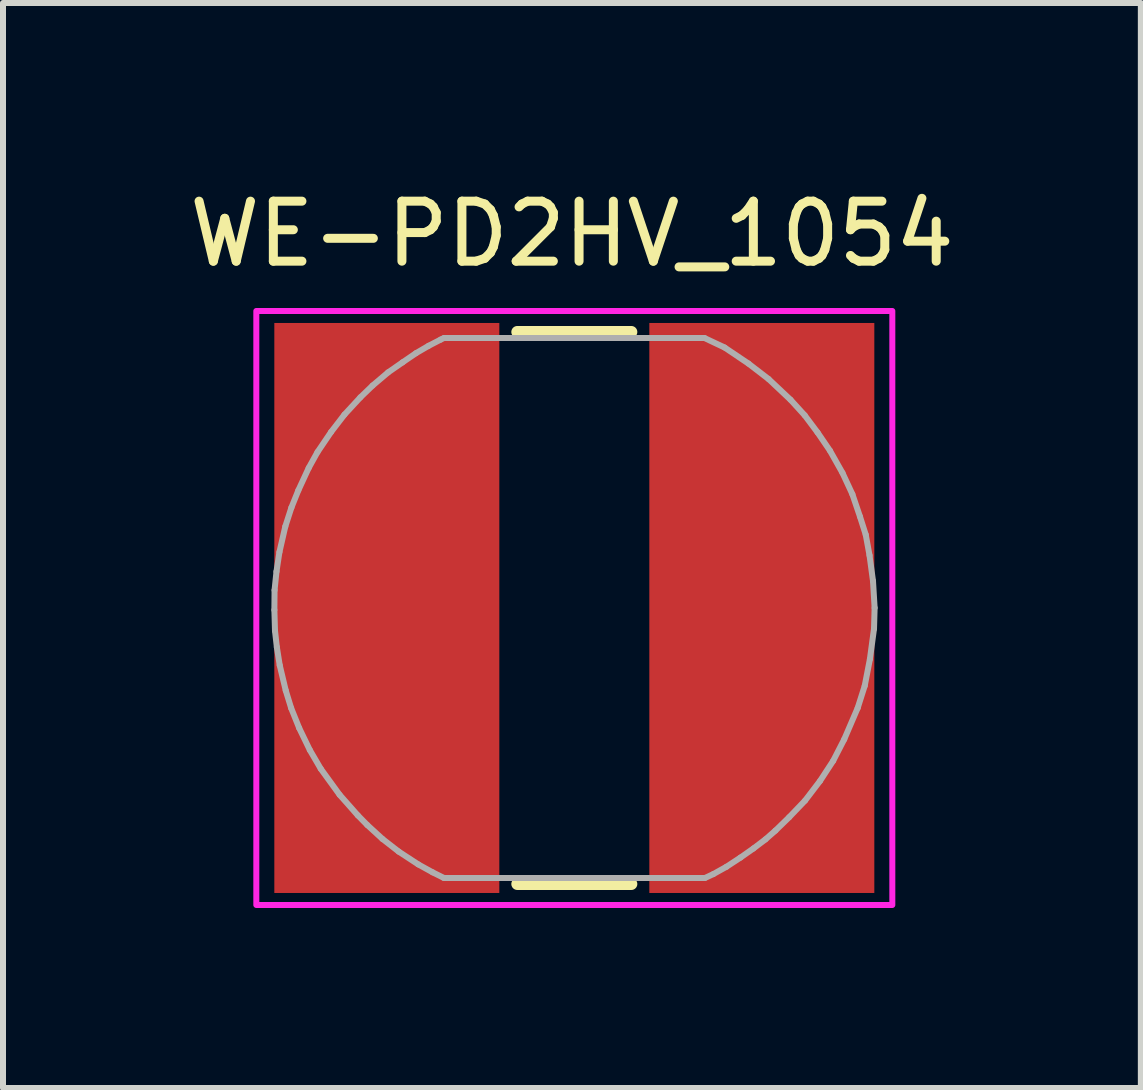
<source format=kicad_pcb>
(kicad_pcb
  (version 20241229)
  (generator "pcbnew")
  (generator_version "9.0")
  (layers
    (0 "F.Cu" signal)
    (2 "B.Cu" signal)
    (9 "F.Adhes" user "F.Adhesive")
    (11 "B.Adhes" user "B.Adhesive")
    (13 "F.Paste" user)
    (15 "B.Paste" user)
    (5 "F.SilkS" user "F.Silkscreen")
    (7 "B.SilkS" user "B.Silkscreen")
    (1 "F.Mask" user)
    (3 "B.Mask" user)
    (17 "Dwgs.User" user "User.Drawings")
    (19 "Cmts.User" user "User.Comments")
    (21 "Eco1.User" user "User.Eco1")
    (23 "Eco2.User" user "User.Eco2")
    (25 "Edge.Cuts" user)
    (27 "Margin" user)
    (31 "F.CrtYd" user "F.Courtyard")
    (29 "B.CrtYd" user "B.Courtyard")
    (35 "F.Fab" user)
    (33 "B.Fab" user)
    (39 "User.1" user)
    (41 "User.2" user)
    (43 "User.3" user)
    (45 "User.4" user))
  (footprint "WE-PD2HV_1054"
    (layer "F.Cu")
    (at 6.522 7.083)
    (property "Reference" "WE-PD2HV_1054" (at -0.04 -6.235 0) (layer "F.SilkS") (effects (font (size 1 1) (thickness 0.15))))
    (attr smd)
    (fp_line (start -0.95 -4.6) (end 0.95 -4.6) (stroke (width 0.2) (type solid)) (layer "F.SilkS"))
    (fp_line (start -0.95 4.6) (end 0.95 4.6) (stroke (width 0.2) (type solid)) (layer "F.SilkS"))
    (fp_poly (pts (xy -5.3 -4.95) (xy 5.3 -4.95) (xy 5.3 4.95) (xy -5.3 4.95)) (stroke (width 0.1) (type solid)) (fill no) (layer "F.CrtYd"))
    (fp_line (start -4.999 0.033) (end -4.989 0.379) (stroke (width 0.1) (type solid)) (layer "F.Fab"))
    (fp_line (start -4.996 -0.297) (end -4.999 0.033) (stroke (width 0.1) (type solid)) (layer "F.Fab"))
    (fp_line (start -4.989 0.379) (end -4.958 0.652) (stroke (width 0.1) (type solid)) (layer "F.Fab"))
    (fp_line (start -4.964 -0.608) (end -4.996 -0.297) (stroke (width 0.1) (type solid)) (layer "F.Fab"))
    (fp_line (start -4.958 0.652) (end -4.91 0.954) (stroke (width 0.1) (type solid)) (layer "F.Fab"))
    (fp_line (start -4.915 -0.931) (end -4.964 -0.608) (stroke (width 0.1) (type solid)) (layer "F.Fab"))
    (fp_line (start -4.91 0.954) (end -4.81 1.374) (stroke (width 0.1) (type solid)) (layer "F.Fab"))
    (fp_line (start -4.817 -1.358) (end -4.915 -0.931) (stroke (width 0.1) (type solid)) (layer "F.Fab"))
    (fp_line (start -4.81 1.374) (end -4.72 1.667) (stroke (width 0.1) (type solid)) (layer "F.Fab"))
    (fp_line (start -4.72 1.667) (end -4.586 2) (stroke (width 0.1) (type solid)) (layer "F.Fab"))
    (fp_line (start -4.715 -1.674) (end -4.817 -1.358) (stroke (width 0.1) (type solid)) (layer "F.Fab"))
    (fp_line (start -4.599 -1.962) (end -4.715 -1.674) (stroke (width 0.1) (type solid)) (layer "F.Fab"))
    (fp_line (start -4.586 2) (end -4.408 2.368) (stroke (width 0.1) (type solid)) (layer "F.Fab"))
    (fp_line (start -4.427 -2.334) (end -4.599 -1.962) (stroke (width 0.1) (type solid)) (layer "F.Fab"))
    (fp_line (start -4.408 2.368) (end -4.226 2.68) (stroke (width 0.1) (type solid)) (layer "F.Fab"))
    (fp_line (start -4.28 -2.599) (end -4.427 -2.334) (stroke (width 0.1) (type solid)) (layer "F.Fab"))
    (fp_line (start -4.226 2.68) (end -3.912 3.113) (stroke (width 0.1) (type solid)) (layer "F.Fab"))
    (fp_line (start -4.054 -2.933) (end -4.28 -2.599) (stroke (width 0.1) (type solid)) (layer "F.Fab"))
    (fp_line (start -3.912 3.113) (end -3.608 3.457) (stroke (width 0.1) (type solid)) (layer "F.Fab"))
    (fp_line (start -3.831 -3.223) (end -4.054 -2.933) (stroke (width 0.1) (type solid)) (layer "F.Fab"))
    (fp_line (start -3.608 3.457) (end -3.451 3.617) (stroke (width 0.1) (type solid)) (layer "F.Fab"))
    (fp_line (start -3.566 -3.51) (end -3.831 -3.223) (stroke (width 0.1) (type solid)) (layer "F.Fab"))
    (fp_line (start -3.451 3.617) (end -3.198 3.849) (stroke (width 0.1) (type solid)) (layer "F.Fab"))
    (fp_line (start -3.362 -3.707) (end -3.566 -3.51) (stroke (width 0.1) (type solid)) (layer "F.Fab"))
    (fp_line (start -3.198 3.849) (end -2.927 4.06) (stroke (width 0.1) (type solid)) (layer "F.Fab"))
    (fp_line (start -3.104 -3.926) (end -3.362 -3.707) (stroke (width 0.1) (type solid)) (layer "F.Fab"))
    (fp_line (start -2.927 4.06) (end -2.602 4.273) (stroke (width 0.1) (type solid)) (layer "F.Fab"))
    (fp_line (start -2.861 -4.095) (end -3.104 -3.926) (stroke (width 0.1) (type solid)) (layer "F.Fab"))
    (fp_line (start -2.64 -4.246) (end -2.861 -4.095) (stroke (width 0.1) (type solid)) (layer "F.Fab"))
    (fp_line (start -2.602 4.273) (end -2.363 4.405) (stroke (width 0.1) (type solid)) (layer "F.Fab"))
    (fp_line (start -2.429 -4.369) (end -2.64 -4.246) (stroke (width 0.1) (type solid)) (layer "F.Fab"))
    (fp_line (start -2.363 4.405) (end -2.178 4.497) (stroke (width 0.1) (type solid)) (layer "F.Fab"))
    (fp_line (start -2.228 -4.473) (end -2.429 -4.369) (stroke (width 0.1) (type solid)) (layer "F.Fab"))
    (fp_line (start -2.175 -4.499) (end -2.228 -4.473) (stroke (width 0.1) (type solid)) (layer "F.Fab"))
    (fp_line (start -2.17 -4.5) (end 2.17 -4.5) (stroke (width 0.1) (type solid)) (layer "F.Fab"))
    (fp_line (start 2.175 4.5) (end -2.175 4.5) (stroke (width 0.1) (type solid)) (layer "F.Fab"))
    (fp_line (start 2.18 4.499) (end 2.317 4.435) (stroke (width 0.1) (type solid)) (layer "F.Fab"))
    (fp_line (start 2.317 4.435) (end 2.534 4.314) (stroke (width 0.1) (type solid)) (layer "F.Fab"))
    (fp_line (start 2.505 -4.341) (end 2.172 -4.498) (stroke (width 0.1) (type solid)) (layer "F.Fab"))
    (fp_line (start 2.534 4.314) (end 2.769 4.16) (stroke (width 0.1) (type solid)) (layer "F.Fab"))
    (fp_line (start 2.769 4.16) (end 2.987 4.007) (stroke (width 0.1) (type solid)) (layer "F.Fab"))
    (fp_line (start 2.903 -4.073) (end 2.505 -4.341) (stroke (width 0.1) (type solid)) (layer "F.Fab"))
    (fp_line (start 2.987 4.007) (end 3.185 3.857) (stroke (width 0.1) (type solid)) (layer "F.Fab"))
    (fp_line (start 3.185 3.857) (end 3.351 3.711) (stroke (width 0.1) (type solid)) (layer "F.Fab"))
    (fp_line (start 3.237 -3.816) (end 2.903 -4.073) (stroke (width 0.1) (type solid)) (layer "F.Fab"))
    (fp_line (start 3.351 3.711) (end 3.581 3.487) (stroke (width 0.1) (type solid)) (layer "F.Fab"))
    (fp_line (start 3.581 3.487) (end 3.846 3.21) (stroke (width 0.1) (type solid)) (layer "F.Fab"))
    (fp_line (start 3.603 -3.471) (end 3.237 -3.816) (stroke (width 0.1) (type solid)) (layer "F.Fab"))
    (fp_line (start 3.84 -3.211) (end 3.603 -3.471) (stroke (width 0.1) (type solid)) (layer "F.Fab"))
    (fp_line (start 3.846 3.21) (end 4.096 2.882) (stroke (width 0.1) (type solid)) (layer "F.Fab"))
    (fp_line (start 4.054 -2.925) (end 3.84 -3.211) (stroke (width 0.1) (type solid)) (layer "F.Fab"))
    (fp_line (start 4.096 2.882) (end 4.314 2.548) (stroke (width 0.1) (type solid)) (layer "F.Fab"))
    (fp_line (start 4.26 -2.623) (end 4.054 -2.925) (stroke (width 0.1) (type solid)) (layer "F.Fab"))
    (fp_line (start 4.314 2.548) (end 4.498 2.19) (stroke (width 0.1) (type solid)) (layer "F.Fab"))
    (fp_line (start 4.469 -2.252) (end 4.26 -2.623) (stroke (width 0.1) (type solid)) (layer "F.Fab"))
    (fp_line (start 4.498 2.19) (end 4.723 1.666) (stroke (width 0.1) (type solid)) (layer "F.Fab"))
    (fp_line (start 4.634 -1.897) (end 4.469 -2.252) (stroke (width 0.1) (type solid)) (layer "F.Fab"))
    (fp_line (start 4.723 1.666) (end 4.84 1.298) (stroke (width 0.1) (type solid)) (layer "F.Fab"))
    (fp_line (start 4.761 -1.523) (end 4.634 -1.897) (stroke (width 0.1) (type solid)) (layer "F.Fab"))
    (fp_line (start 4.84 1.298) (end 4.926 0.855) (stroke (width 0.1) (type solid)) (layer "F.Fab"))
    (fp_line (start 4.857 -1.221) (end 4.761 -1.523) (stroke (width 0.1) (type solid)) (layer "F.Fab"))
    (fp_line (start 4.92 -0.878) (end 4.857 -1.221) (stroke (width 0.1) (type solid)) (layer "F.Fab"))
    (fp_line (start 4.926 0.855) (end 4.995 0.346) (stroke (width 0.1) (type solid)) (layer "F.Fab"))
    (fp_line (start 4.978 -0.45) (end 4.92 -0.878) (stroke (width 0.1) (type solid)) (layer "F.Fab"))
    (fp_line (start 4.995 0.346) (end 5.005 -0.002) (stroke (width 0.1) (type solid)) (layer "F.Fab"))
    (fp_line (start 5.005 -0.002) (end 4.978 -0.45) (stroke (width 0.1) (type solid)) (layer "F.Fab"))
    (pad "1" smd rect (at -3.125 0) (size 3.75 9.5) (layers "F.Cu" "F.Mask" "F.Paste"))
    (pad "2" smd rect (at 3.125 0) (size 3.75 9.5) (layers "F.Cu" "F.Mask" "F.Paste"))
    (zone (net_name "") (layer "F.Cu") (hatch full 0.508) (connect_pads) (min_thickness 0.1) (filled_areas_thickness no) (keepout (tracks not_allowed) (vias not_allowed) (pads not_allowed) (copperpour not_allowed) (footprints allowed)) (placement (enabled no)) (fill) (polygon (pts (xy 5.322 2.333) (xy 7.722 2.333) (xy 7.722 11.833) (xy 5.322 11.833))))
    (zone (net_name "") (layers "F.Cu" "B.Cu") (hatch full 0.508) (connect_pads) (min_thickness 0.1) (filled_areas_thickness no) (keepout (tracks allowed) (vias not_allowed) (pads allowed) (copperpour allowed) (footprints allowed)) (placement (enabled no)) (fill) (polygon (pts (xy 5.322 2.333) (xy 7.722 2.333) (xy 7.722 11.833) (xy 5.322 11.833)))))
  (gr_rect
    (start -3 -3)
    (end 15.964 15.083)
    (stroke (width 0.1) (type default))
    (fill no)
    (layer "Edge.Cuts")))
</source>
